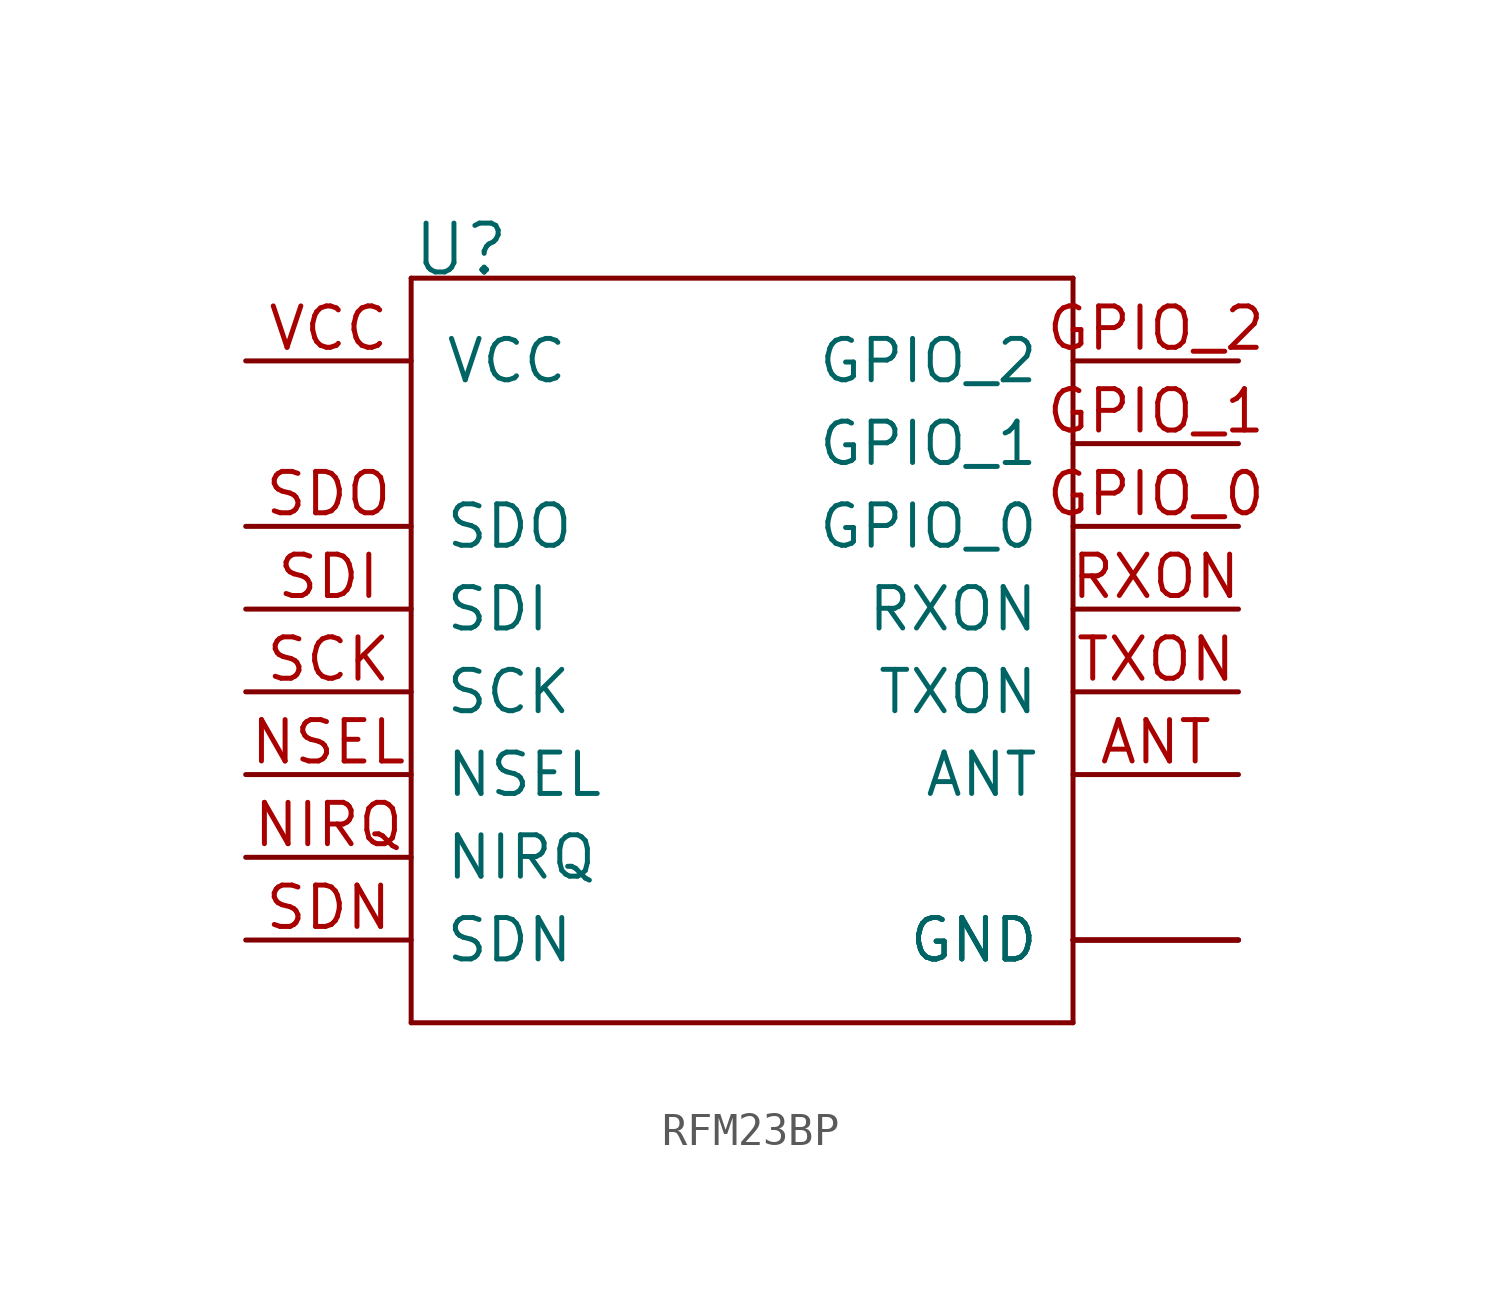
<source format=kicad_sym>
(kicad_symbol_lib
  (version 20231120)
  (generator "kicad_symbol_editor")
  (generator_version "8.0")
  (symbol "RFM23BP"
    (pin_names
      (offset 1.016))
    (property "Reference" "U"
      (at -7.62 10.16 0)
      (effects (font (size 1.499 1.499)) (justify left bottom)))
    (property "ki_locked" ""
      (at 0 0 0)
      (effects (font (size 1.27 1.27))))
    (symbol "RFM23BP_1_0"
      (polyline (pts (xy -7.62 -12.7) (xy -7.62 10.16)) (stroke (width 0) (type solid)) (fill (type none)))
      (polyline (pts (xy -7.62 10.16) (xy 12.7 10.16)) (stroke (width 0) (type solid)) (fill (type none)))
      (polyline (pts (xy 12.7 -12.7) (xy -7.62 -12.7)) (stroke (width 0) (type solid)) (fill (type none)))
      (polyline (pts (xy 12.7 10.16) (xy 12.7 -12.7)) (stroke (width 0) (type solid)) (fill (type none)))
      (pin bidirectional line (at 17.78 -5.08 180) (length 5.08) (name "ANT" (effects (font (size 1.27 1.27)))) (number "ANT" (effects (font (size 1.27 1.27)))))
      (pin bidirectional line (at 17.78 -10.16 180) (length 5.08) (name "GND" (effects (font (size 1.27 1.27)))) (number "GND1" (effects (font (size 0 0)))))
      (pin bidirectional line (at 17.78 -10.16 180) (length 5.08) (name "GND" (effects (font (size 1.27 1.27)))) (number "GND2" (effects (font (size 0 0)))))
      (pin bidirectional line (at 17.78 -10.16 180) (length 5.08) (name "GND" (effects (font (size 1.27 1.27)))) (number "GND3" (effects (font (size 0 0)))))
      (pin bidirectional line (at 17.78 2.54 180) (length 5.08) (name "GPIO_0" (effects (font (size 1.27 1.27)))) (number "GPIO_0" (effects (font (size 1.27 1.27)))))
      (pin bidirectional line (at 17.78 5.08 180) (length 5.08) (name "GPIO_1" (effects (font (size 1.27 1.27)))) (number "GPIO_1" (effects (font (size 1.27 1.27)))))
      (pin bidirectional line (at 17.78 7.62 180) (length 5.08) (name "GPIO_2" (effects (font (size 1.27 1.27)))) (number "GPIO_2" (effects (font (size 1.27 1.27)))))
      (pin bidirectional line (at -12.7 -7.62 0) (length 5.08) (name "NIRQ" (effects (font (size 1.27 1.27)))) (number "NIRQ" (effects (font (size 1.27 1.27)))))
      (pin bidirectional line (at -12.7 -5.08 0) (length 5.08) (name "NSEL" (effects (font (size 1.27 1.27)))) (number "NSEL" (effects (font (size 1.27 1.27)))))
      (pin bidirectional line (at 17.78 0 180) (length 5.08) (name "RXON" (effects (font (size 1.27 1.27)))) (number "RXON" (effects (font (size 1.27 1.27)))))
      (pin bidirectional line (at -12.7 -2.54 0) (length 5.08) (name "SCK" (effects (font (size 1.27 1.27)))) (number "SCK" (effects (font (size 1.27 1.27)))))
      (pin bidirectional line (at -12.7 0 0) (length 5.08) (name "SDI" (effects (font (size 1.27 1.27)))) (number "SDI" (effects (font (size 1.27 1.27)))))
      (pin bidirectional line (at -12.7 -10.16 0) (length 5.08) (name "SDN" (effects (font (size 1.27 1.27)))) (number "SDN" (effects (font (size 1.27 1.27)))))
      (pin bidirectional line (at -12.7 2.54 0) (length 5.08) (name "SDO" (effects (font (size 1.27 1.27)))) (number "SDO" (effects (font (size 1.27 1.27)))))
      (pin bidirectional line (at 17.78 -2.54 180) (length 5.08) (name "TXON" (effects (font (size 1.27 1.27)))) (number "TXON" (effects (font (size 1.27 1.27)))))
      (pin power_in line (at -12.7 7.62 0) (length 5.08) (name "VCC" (effects (font (size 1.27 1.27)))) (number "VCC" (effects (font (size 1.27 1.27))))))))
</source>
